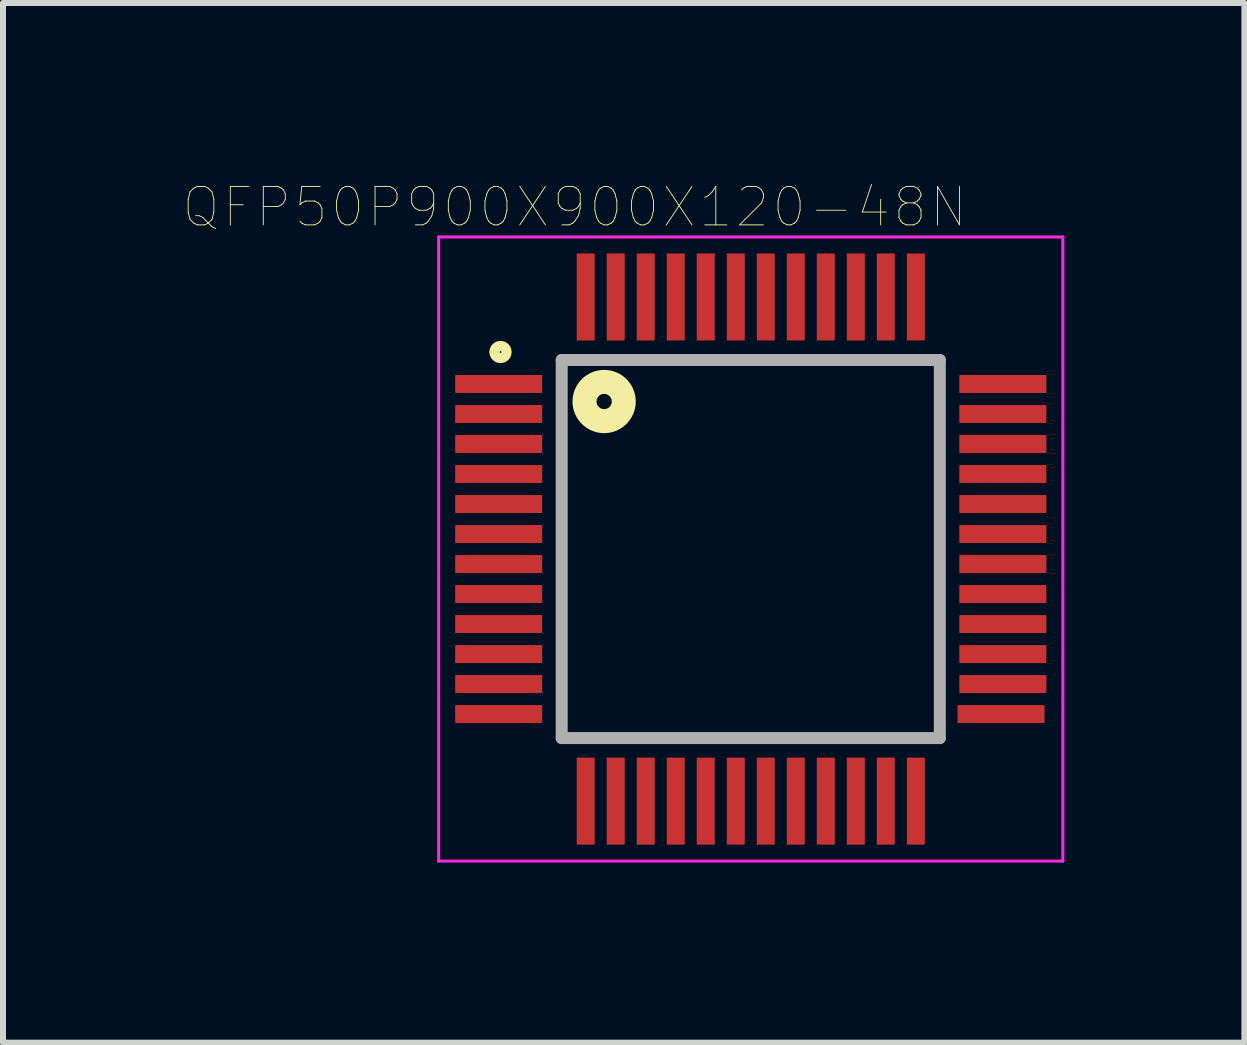
<source format=kicad_pcb>
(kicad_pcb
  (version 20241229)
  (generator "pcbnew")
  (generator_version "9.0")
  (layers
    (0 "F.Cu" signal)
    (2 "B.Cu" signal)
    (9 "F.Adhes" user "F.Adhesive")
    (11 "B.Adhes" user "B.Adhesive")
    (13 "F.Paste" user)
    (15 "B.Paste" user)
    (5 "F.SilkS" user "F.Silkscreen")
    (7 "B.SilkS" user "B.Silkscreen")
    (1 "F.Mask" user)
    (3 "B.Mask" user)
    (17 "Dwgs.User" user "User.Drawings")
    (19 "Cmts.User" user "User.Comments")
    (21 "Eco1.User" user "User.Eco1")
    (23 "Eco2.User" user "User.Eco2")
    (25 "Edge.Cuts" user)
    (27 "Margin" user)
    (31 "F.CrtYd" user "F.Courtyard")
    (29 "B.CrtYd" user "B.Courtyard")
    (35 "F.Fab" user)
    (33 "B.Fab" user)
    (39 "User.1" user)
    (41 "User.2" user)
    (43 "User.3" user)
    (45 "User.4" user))
  (footprint "QFP50P900X900X120-48N"
    (layer "F.Cu")
    (at 9.459 6.098)
    (property "Reference" "QFP50P900X900X120-48N" (at -2.933 -5.697 0) (layer "F.SilkS") (effects (font (size 0.641 0.641) (thickness 0.015))))
    (attr through_hole)
    (fp_circle (center -4.17 -3.283) (end -4.07 -3.283) (stroke (width 0.17) (type solid)) (fill no) (layer "F.SilkS"))
    (fp_circle (center -2.443 -2.458) (end -2.316 -2.458) (stroke (width 0.4) (type solid)) (fill no) (layer "F.SilkS"))
    (fp_line (start -5.2 -5.2) (end 5.2 -5.2) (stroke (width 0.05) (type solid)) (layer "F.CrtYd"))
    (fp_line (start -5.2 5.2) (end -5.2 -5.2) (stroke (width 0.05) (type solid)) (layer "F.CrtYd"))
    (fp_line (start 5.2 -5.2) (end 5.2 5.2) (stroke (width 0.05) (type solid)) (layer "F.CrtYd"))
    (fp_line (start 5.2 5.2) (end -5.2 5.2) (stroke (width 0.05) (type solid)) (layer "F.CrtYd"))
    (fp_line (start -3.15 3.15) (end -3.15 -3.15) (stroke (width 0.2) (type solid)) (layer "F.Fab"))
    (fp_line (start 3.15 -3.15) (end -3.15 -3.15) (stroke (width 0.2) (type solid)) (layer "F.Fab"))
    (fp_line (start 3.15 3.15) (end -3.15 3.15) (stroke (width 0.2) (type solid)) (layer "F.Fab"))
    (fp_line (start 3.15 3.15) (end 3.15 -3.15) (stroke (width 0.2) (type solid)) (layer "F.Fab"))
    (pad "1" smd rect (at -4.2 -2.75) (size 1.45 0.3) (layers "F.Cu" "F.Mask" "F.Paste"))
    (pad "2" smd rect (at -4.2 -2.25) (size 1.45 0.3) (layers "F.Cu" "F.Mask" "F.Paste"))
    (pad "3" smd rect (at -4.2 -1.75) (size 1.45 0.3) (layers "F.Cu" "F.Mask" "F.Paste"))
    (pad "4" smd rect (at -4.2 -1.25) (size 1.45 0.3) (layers "F.Cu" "F.Mask" "F.Paste"))
    (pad "5" smd rect (at -4.2 -0.75) (size 1.45 0.3) (layers "F.Cu" "F.Mask" "F.Paste"))
    (pad "6" smd rect (at -4.2 -0.25) (size 1.45 0.3) (layers "F.Cu" "F.Mask" "F.Paste"))
    (pad "7" smd rect (at -4.2 0.25) (size 1.45 0.3) (layers "F.Cu" "F.Mask" "F.Paste"))
    (pad "8" smd rect (at -4.2 0.75) (size 1.45 0.3) (layers "F.Cu" "F.Mask" "F.Paste"))
    (pad "9" smd rect (at -4.2 1.25) (size 1.45 0.3) (layers "F.Cu" "F.Mask" "F.Paste"))
    (pad "10" smd rect (at -4.2 1.75) (size 1.45 0.3) (layers "F.Cu" "F.Mask" "F.Paste"))
    (pad "11" smd rect (at -4.2 2.25) (size 1.45 0.3) (layers "F.Cu" "F.Mask" "F.Paste"))
    (pad "12" smd rect (at -4.2 2.75) (size 1.45 0.3) (layers "F.Cu" "F.Mask" "F.Paste"))
    (pad "13" smd rect (at -2.75 4.2) (size 0.3 1.45) (layers "F.Cu" "F.Mask" "F.Paste"))
    (pad "14" smd rect (at -2.25 4.2) (size 0.3 1.45) (layers "F.Cu" "F.Mask" "F.Paste"))
    (pad "15" smd rect (at -1.75 4.2) (size 0.3 1.45) (layers "F.Cu" "F.Mask" "F.Paste"))
    (pad "16" smd rect (at -1.25 4.2) (size 0.3 1.45) (layers "F.Cu" "F.Mask" "F.Paste"))
    (pad "17" smd rect (at -0.75 4.2) (size 0.3 1.45) (layers "F.Cu" "F.Mask" "F.Paste"))
    (pad "18" smd rect (at -0.25 4.2) (size 0.3 1.45) (layers "F.Cu" "F.Mask" "F.Paste"))
    (pad "19" smd rect (at 0.25 4.2) (size 0.3 1.45) (layers "F.Cu" "F.Mask" "F.Paste"))
    (pad "20" smd rect (at 0.75 4.2) (size 0.3 1.45) (layers "F.Cu" "F.Mask" "F.Paste"))
    (pad "21" smd rect (at 1.25 4.2) (size 0.3 1.45) (layers "F.Cu" "F.Mask" "F.Paste"))
    (pad "22" smd rect (at 1.75 4.2) (size 0.3 1.45) (layers "F.Cu" "F.Mask" "F.Paste"))
    (pad "23" smd rect (at 2.25 4.2) (size 0.3 1.45) (layers "F.Cu" "F.Mask" "F.Paste"))
    (pad "24" smd rect (at 2.75 4.2) (size 0.3 1.45) (layers "F.Cu" "F.Mask" "F.Paste"))
    (pad "25" smd rect (at 4.17 2.75) (size 1.45 0.3) (layers "F.Cu" "F.Mask" "F.Paste"))
    (pad "26" smd rect (at 4.2 2.25) (size 1.45 0.3) (layers "F.Cu" "F.Mask" "F.Paste"))
    (pad "27" smd rect (at 4.2 1.75) (size 1.45 0.3) (layers "F.Cu" "F.Mask" "F.Paste"))
    (pad "28" smd rect (at 4.2 1.25) (size 1.45 0.3) (layers "F.Cu" "F.Mask" "F.Paste"))
    (pad "29" smd rect (at 4.2 0.75) (size 1.45 0.3) (layers "F.Cu" "F.Mask" "F.Paste"))
    (pad "30" smd rect (at 4.2 0.25) (size 1.45 0.3) (layers "F.Cu" "F.Mask" "F.Paste"))
    (pad "31" smd rect (at 4.2 -0.25) (size 1.45 0.3) (layers "F.Cu" "F.Mask" "F.Paste"))
    (pad "32" smd rect (at 4.2 -0.75) (size 1.45 0.3) (layers "F.Cu" "F.Mask" "F.Paste"))
    (pad "33" smd rect (at 4.2 -1.25) (size 1.45 0.3) (layers "F.Cu" "F.Mask" "F.Paste"))
    (pad "34" smd rect (at 4.2 -1.75) (size 1.45 0.3) (layers "F.Cu" "F.Mask" "F.Paste"))
    (pad "35" smd rect (at 4.2 -2.25) (size 1.45 0.3) (layers "F.Cu" "F.Mask" "F.Paste"))
    (pad "36" smd rect (at 4.2 -2.75) (size 1.45 0.3) (layers "F.Cu" "F.Mask" "F.Paste"))
    (pad "37" smd rect (at 2.75 -4.2) (size 0.3 1.45) (layers "F.Cu" "F.Mask" "F.Paste"))
    (pad "38" smd rect (at 2.25 -4.2) (size 0.3 1.45) (layers "F.Cu" "F.Mask" "F.Paste"))
    (pad "39" smd rect (at 1.75 -4.2) (size 0.3 1.45) (layers "F.Cu" "F.Mask" "F.Paste"))
    (pad "40" smd rect (at 1.25 -4.2) (size 0.3 1.45) (layers "F.Cu" "F.Mask" "F.Paste"))
    (pad "41" smd rect (at 0.75 -4.2) (size 0.3 1.45) (layers "F.Cu" "F.Mask" "F.Paste"))
    (pad "42" smd rect (at 0.25 -4.2) (size 0.3 1.45) (layers "F.Cu" "F.Mask" "F.Paste"))
    (pad "43" smd rect (at -0.25 -4.2) (size 0.3 1.45) (layers "F.Cu" "F.Mask" "F.Paste"))
    (pad "44" smd rect (at -0.75 -4.2) (size 0.3 1.45) (layers "F.Cu" "F.Mask" "F.Paste"))
    (pad "45" smd rect (at -1.25 -4.2) (size 0.3 1.45) (layers "F.Cu" "F.Mask" "F.Paste"))
    (pad "46" smd rect (at -1.75 -4.2) (size 0.3 1.45) (layers "F.Cu" "F.Mask" "F.Paste"))
    (pad "47" smd rect (at -2.25 -4.2) (size 0.3 1.45) (layers "F.Cu" "F.Mask" "F.Paste"))
    (pad "48" smd rect (at -2.75 -4.2) (size 0.3 1.45) (layers "F.Cu" "F.Mask" "F.Paste")))
  (gr_rect
    (start -3 -3)
    (end 17.684 14.323)
    (stroke (width 0.1) (type default))
    (fill no)
    (layer "Edge.Cuts")))
</source>
